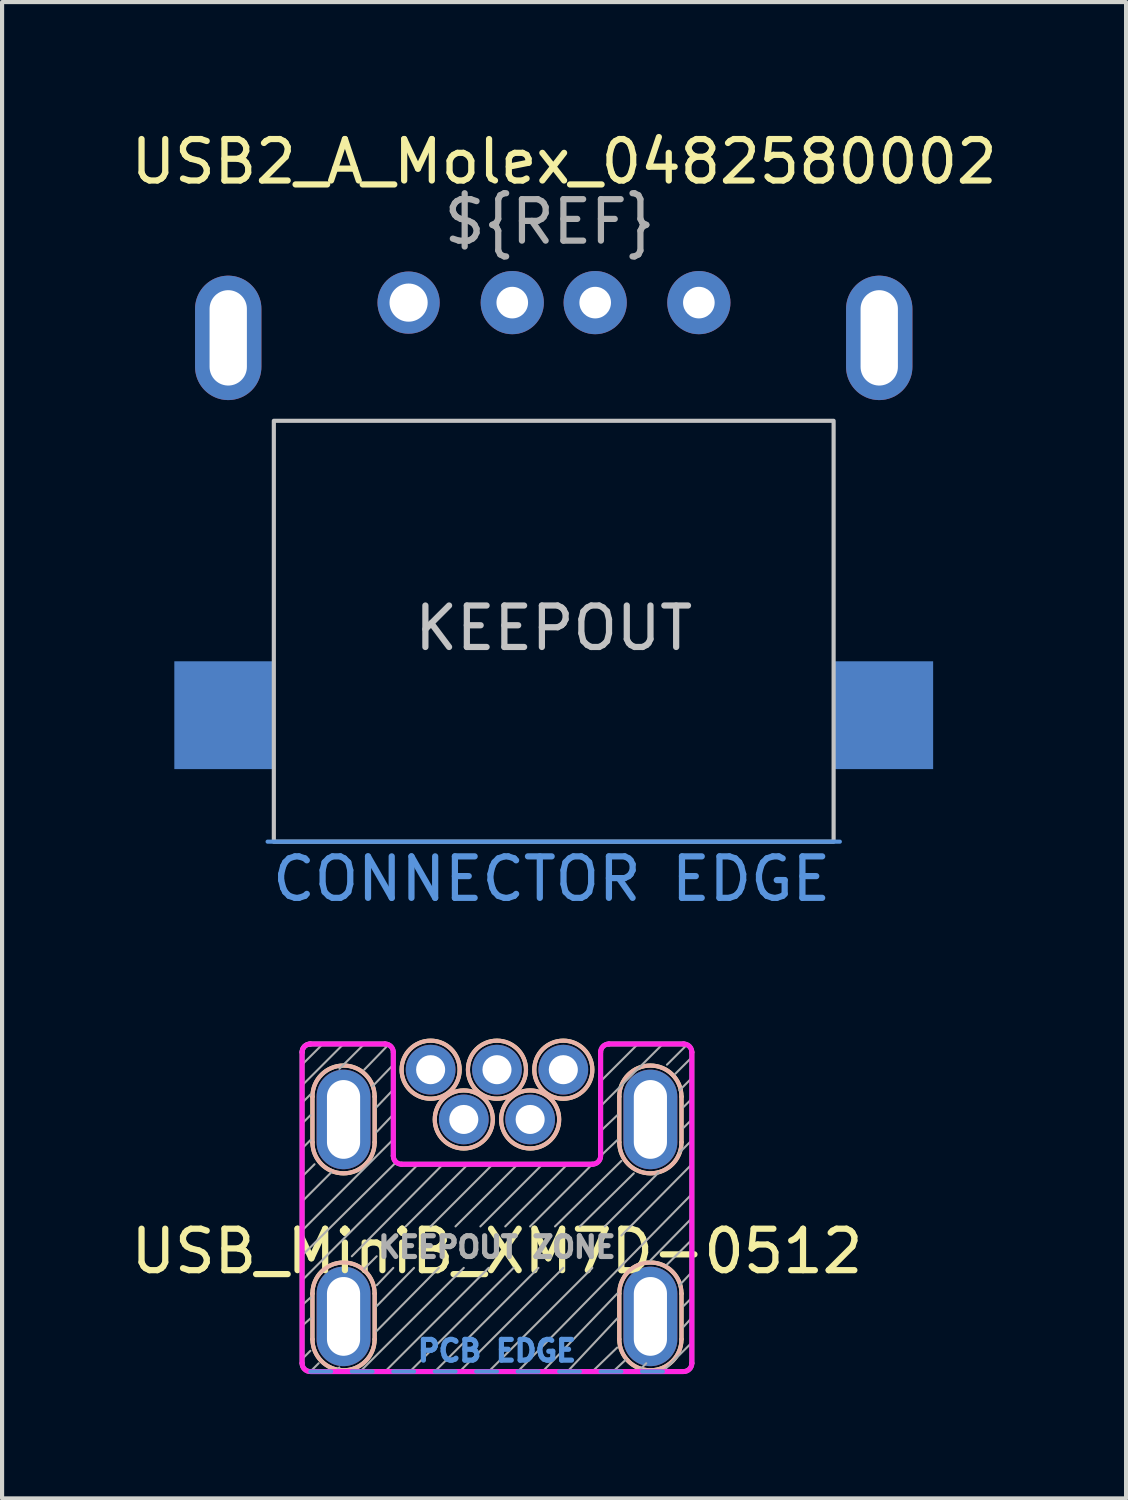
<source format=kicad_pcb>
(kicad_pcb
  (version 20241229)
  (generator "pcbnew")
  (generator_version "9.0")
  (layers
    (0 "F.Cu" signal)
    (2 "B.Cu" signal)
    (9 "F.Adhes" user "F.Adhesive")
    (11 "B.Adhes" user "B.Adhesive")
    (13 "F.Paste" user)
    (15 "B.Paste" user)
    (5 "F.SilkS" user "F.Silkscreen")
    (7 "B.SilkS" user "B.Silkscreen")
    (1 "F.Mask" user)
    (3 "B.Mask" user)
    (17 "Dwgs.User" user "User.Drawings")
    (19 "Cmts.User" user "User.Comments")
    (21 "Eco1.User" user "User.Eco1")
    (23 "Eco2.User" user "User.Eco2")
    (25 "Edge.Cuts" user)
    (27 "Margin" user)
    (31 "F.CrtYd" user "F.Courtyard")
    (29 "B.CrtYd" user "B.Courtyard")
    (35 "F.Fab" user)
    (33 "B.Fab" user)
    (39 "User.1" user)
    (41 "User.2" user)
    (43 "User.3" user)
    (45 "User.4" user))
  (footprint "USB2_A_Molex_0482580002"
    (layer "F.Cu")
    (at 10.304 5.098)
    (property "Reference" "USB2_A_Molex_0482580002" (at 0.25 -4.25 0) (unlocked yes) (layer "F.SilkS") (effects (font (size 1 1) (thickness 0.15))))
    (fp_rect (start -6.75 2) (end 6.75 12.15) (stroke (width 0.1) (type solid)) (fill no) (layer "Dwgs.User"))
    (fp_line (start -6.9 12.15) (end 6.9 12.15) (stroke (width 0.1) (type solid)) (layer "Cmts.User"))
    (fp_text user "KEEPOUT" (at 0 7 0) (unlocked yes) (layer "Dwgs.User") (effects (font (size 1 1) (thickness 0.15))))
    (fp_text user "CONNECTOR EDGE" (at -0.05 13.05 0) (unlocked yes) (layer "Cmts.User") (effects (font (size 1 1) (thickness 0.15))))
    (fp_text user "${REF}" (at -0.1 -2.8 0) (unlocked yes) (layer "F.Fab") (effects (font (size 1 1) (thickness 0.15))))
    (pad "1" thru_hole circle (at -3.5 -0.85) (size 1.5 1.5) (drill 0.92) (layers "*.Cu" "*.Mask"))
    (pad "2" thru_hole circle (at -1 -0.85) (size 1.524 1.524) (drill 0.762) (layers "*.Cu" "*.Mask"))
    (pad "3" thru_hole circle (at 1 -0.85) (size 1.524 1.524) (drill 0.762) (layers "*.Cu" "*.Mask"))
    (pad "4" thru_hole circle (at 3.5 -0.85) (size 1.524 1.524) (drill 0.762) (layers "*.Cu" "*.Mask"))
    (pad "5" smd rect (at -7.95 9.1) (size 2.4 2.6) (layers "B.Cu" "B.Mask" "B.Paste"))
    (pad "5" thru_hole oval (at -7.85 0) (size 1.6 3) (drill oval 0.9 2.3) (layers "*.Cu" "*.Mask"))
    (pad "5" thru_hole oval (at 7.85 0) (size 1.6 3) (drill oval 0.9 2.3) (layers "*.Cu" "*.Mask"))
    (pad "5" smd rect (at 7.95 9.1) (size 2.4 2.6) (layers "B.Cu" "B.Mask" "B.Paste"))
    (zone (net_name "") (layers "F.Cu" "B.Cu") (name "KEEPOUT") (hatch full 0.508) (connect_pads) (min_thickness 0.254) (filled_areas_thickness no) (keepout (tracks not_allowed) (vias not_allowed) (pads not_allowed) (copperpour not_allowed) (footprints not_allowed)) (placement (enabled no)) (fill) (polygon (pts (xy 17.054 17.248) (xy 3.554 17.248) (xy 3.554 7.098) (xy 17.054 7.098)))))
  (footprint "USB_MiniB_XM7D-0512"
    (layer "F.Cu")
    (at 8.935 23.947)
    (property "Reference" "USB_MiniB_XM7D-0512" (at 0 3.18 0) (layer "F.SilkS") (effects (font (size 1 1) (thickness 0.15))))
    (attr through_hole)
    (fp_line (start -4.45 0.55) (end -4.45 -0.55) (stroke (width 0.1) (type solid)) (layer "F.SilkS"))
    (fp_line (start -4.45 5.3) (end -4.45 4.2) (stroke (width 0.1) (type solid)) (layer "F.SilkS"))
    (fp_line (start -2.95 0.55) (end -2.95 -0.55) (stroke (width 0.1) (type solid)) (layer "F.SilkS"))
    (fp_line (start -2.95 5.3) (end -2.95 4.2) (stroke (width 0.1) (type solid)) (layer "F.SilkS"))
    (fp_line (start 2.95 0.55) (end 2.95 -0.55) (stroke (width 0.1) (type solid)) (layer "F.SilkS"))
    (fp_line (start 2.95 5.3) (end 2.95 4.2) (stroke (width 0.1) (type solid)) (layer "F.SilkS"))
    (fp_line (start 4.45 0.55) (end 4.45 -0.55) (stroke (width 0.1) (type solid)) (layer "F.SilkS"))
    (fp_line (start 4.45 5.3) (end 4.45 4.2) (stroke (width 0.1) (type solid)) (layer "F.SilkS"))
    (fp_arc (start -4.45 -0.55) (mid -3.7 -1.3) (end -2.95 -0.55) (stroke (width 0.1) (type solid)) (layer "F.SilkS"))
    (fp_arc (start -4.45 4.2) (mid -3.7 3.45) (end -2.95 4.2) (stroke (width 0.1) (type solid)) (layer "F.SilkS"))
    (fp_arc (start -2.95 0.55) (mid -3.7 1.3) (end -4.45 0.55) (stroke (width 0.1) (type solid)) (layer "F.SilkS"))
    (fp_arc (start -2.95 5.3) (mid -3.7 6.05) (end -4.45 5.3) (stroke (width 0.1) (type solid)) (layer "F.SilkS"))
    (fp_arc (start 2.95 -0.55) (mid 3.7 -1.3) (end 4.45 -0.55) (stroke (width 0.1) (type solid)) (layer "F.SilkS"))
    (fp_arc (start 2.95 4.2) (mid 3.7 3.45) (end 4.45 4.2) (stroke (width 0.1) (type solid)) (layer "F.SilkS"))
    (fp_arc (start 4.45 0.55) (mid 3.7 1.3) (end 2.95 0.55) (stroke (width 0.1) (type solid)) (layer "F.SilkS"))
    (fp_arc (start 4.45 5.3) (mid 3.7 6.05) (end 2.95 5.3) (stroke (width 0.1) (type solid)) (layer "F.SilkS"))
    (fp_circle (center -1.6 -1.2) (end -0.9 -1.2) (stroke (width 0.1) (type solid)) (fill no) (layer "F.SilkS"))
    (fp_circle (center -0.8 0) (end -0.1 0) (stroke (width 0.1) (type solid)) (fill no) (layer "F.SilkS"))
    (fp_circle (center 0 -1.2) (end 0.7 -1.2) (stroke (width 0.1) (type solid)) (fill no) (layer "F.SilkS"))
    (fp_circle (center 0.8 0) (end 1.5 0) (stroke (width 0.1) (type solid)) (fill no) (layer "F.SilkS"))
    (fp_circle (center 1.6 -1.2) (end 2.3 -1.2) (stroke (width 0.1) (type solid)) (fill no) (layer "F.SilkS"))
    (fp_line (start -4.45 0.55) (end -4.45 -0.55) (stroke (width 0.1) (type solid)) (layer "B.SilkS"))
    (fp_line (start -4.45 5.3) (end -4.45 4.2) (stroke (width 0.1) (type solid)) (layer "B.SilkS"))
    (fp_line (start -2.95 0.55) (end -2.95 -0.55) (stroke (width 0.1) (type solid)) (layer "B.SilkS"))
    (fp_line (start -2.95 5.3) (end -2.95 4.2) (stroke (width 0.1) (type solid)) (layer "B.SilkS"))
    (fp_line (start 2.95 0.55) (end 2.95 -0.55) (stroke (width 0.1) (type solid)) (layer "B.SilkS"))
    (fp_line (start 2.95 5.3) (end 2.95 4.2) (stroke (width 0.1) (type solid)) (layer "B.SilkS"))
    (fp_line (start 4.45 0.55) (end 4.45 -0.55) (stroke (width 0.1) (type solid)) (layer "B.SilkS"))
    (fp_line (start 4.45 5.3) (end 4.45 4.2) (stroke (width 0.1) (type solid)) (layer "B.SilkS"))
    (fp_arc (start -4.45 -0.55) (mid -3.7 -1.3) (end -2.95 -0.55) (stroke (width 0.1) (type solid)) (layer "B.SilkS"))
    (fp_arc (start -4.45 4.2) (mid -3.7 3.45) (end -2.95 4.2) (stroke (width 0.1) (type solid)) (layer "B.SilkS"))
    (fp_arc (start -2.95 0.55) (mid -3.7 1.3) (end -4.45 0.55) (stroke (width 0.1) (type solid)) (layer "B.SilkS"))
    (fp_arc (start -2.95 5.3) (mid -3.7 6.05) (end -4.45 5.3) (stroke (width 0.1) (type solid)) (layer "B.SilkS"))
    (fp_arc (start 2.95 -0.55) (mid 3.7 -1.3) (end 4.45 -0.55) (stroke (width 0.1) (type solid)) (layer "B.SilkS"))
    (fp_arc (start 2.95 4.2) (mid 3.7 3.45) (end 4.45 4.2) (stroke (width 0.1) (type solid)) (layer "B.SilkS"))
    (fp_arc (start 4.45 0.55) (mid 3.7 1.3) (end 2.95 0.55) (stroke (width 0.1) (type solid)) (layer "B.SilkS"))
    (fp_arc (start 4.45 5.3) (mid 3.7 6.05) (end 2.95 5.3) (stroke (width 0.1) (type solid)) (layer "B.SilkS"))
    (fp_circle (center -1.6 -1.2) (end -0.9 -1.2) (stroke (width 0.1) (type solid)) (fill no) (layer "B.SilkS"))
    (fp_circle (center -0.8 0) (end -0.1 0) (stroke (width 0.1) (type solid)) (fill no) (layer "B.SilkS"))
    (fp_circle (center 0 -1.2) (end 0.7 -1.2) (stroke (width 0.1) (type solid)) (fill no) (layer "B.SilkS"))
    (fp_circle (center 0.8 0) (end 1.5 0) (stroke (width 0.1) (type solid)) (fill no) (layer "B.SilkS"))
    (fp_circle (center 1.6 -1.2) (end 2.3 -1.2) (stroke (width 0.1) (type solid)) (fill no) (layer "B.SilkS"))
    (fp_line (start -4.5 6.08) (end -4 6.08) (stroke (width 0.1) (type solid)) (layer "Cmts.User"))
    (fp_line (start -3.5 6.08) (end -3 6.08) (stroke (width 0.1) (type solid)) (layer "Cmts.User"))
    (fp_line (start -2.5 6.08) (end -2 6.08) (stroke (width 0.1) (type solid)) (layer "Cmts.User"))
    (fp_line (start -1.5 6.08) (end -1 6.08) (stroke (width 0.1) (type solid)) (layer "Cmts.User"))
    (fp_line (start -0.5 6.08) (end 0 6.08) (stroke (width 0.1) (type solid)) (layer "Cmts.User"))
    (fp_line (start 0.5 6.08) (end 1 6.08) (stroke (width 0.1) (type solid)) (layer "Cmts.User"))
    (fp_line (start 1.5 6.08) (end 2 6.08) (stroke (width 0.1) (type solid)) (layer "Cmts.User"))
    (fp_line (start 2.5 6.08) (end 3 6.08) (stroke (width 0.1) (type solid)) (layer "Cmts.User"))
    (fp_line (start 3.5 6.08) (end 4 6.08) (stroke (width 0.1) (type solid)) (layer "Cmts.User"))
    (fp_line (start -4.7 5.88) (end -4.7 -1.62) (stroke (width 0.12) (type solid)) (layer "F.CrtYd"))
    (fp_line (start -4.5 -1.82) (end -2.7 -1.82) (stroke (width 0.12) (type solid)) (layer "F.CrtYd"))
    (fp_line (start -2.5 -1.62) (end -2.5 0.88) (stroke (width 0.12) (type solid)) (layer "F.CrtYd"))
    (fp_line (start -2.3 1.08) (end 2.3 1.08) (stroke (width 0.12) (type solid)) (layer "F.CrtYd"))
    (fp_line (start 2.5 0.88) (end 2.5 -1.62) (stroke (width 0.12) (type solid)) (layer "F.CrtYd"))
    (fp_line (start 2.7 -1.82) (end 4.5 -1.82) (stroke (width 0.12) (type solid)) (layer "F.CrtYd"))
    (fp_line (start 4.5 6.08) (end -4.5 6.08) (stroke (width 0.12) (type solid)) (layer "F.CrtYd"))
    (fp_line (start 4.7 -1.62) (end 4.7 5.88) (stroke (width 0.12) (type solid)) (layer "F.CrtYd"))
    (fp_arc (start -4.7 -1.62) (mid -4.641421 -1.761421) (end -4.5 -1.82) (stroke (width 0.12) (type solid)) (layer "F.CrtYd"))
    (fp_arc (start -4.5 6.08) (mid -4.641421 6.021421) (end -4.7 5.88) (stroke (width 0.12) (type solid)) (layer "F.CrtYd"))
    (fp_arc (start -2.7 -1.82) (mid -2.558579 -1.761421) (end -2.5 -1.62) (stroke (width 0.12) (type solid)) (layer "F.CrtYd"))
    (fp_arc (start -2.3 1.08) (mid -2.441421 1.021421) (end -2.5 0.88) (stroke (width 0.12) (type solid)) (layer "F.CrtYd"))
    (fp_arc (start 2.5 -1.62) (mid 2.558579 -1.761421) (end 2.7 -1.82) (stroke (width 0.12) (type solid)) (layer "F.CrtYd"))
    (fp_arc (start 2.5 0.88) (mid 2.441421 1.021421) (end 2.3 1.08) (stroke (width 0.12) (type solid)) (layer "F.CrtYd"))
    (fp_arc (start 4.5 -1.82) (mid 4.641421 -1.761421) (end 4.7 -1.62) (stroke (width 0.12) (type solid)) (layer "F.CrtYd"))
    (fp_arc (start 4.7 5.88) (mid 4.641421 6.021421) (end 4.5 6.08) (stroke (width 0.12) (type solid)) (layer "F.CrtYd"))
    (fp_line (start -4.7 -1.32) (end -4.2 -1.82) (stroke (width 0.05) (type solid)) (layer "F.Fab"))
    (fp_line (start -4.7 -0.82) (end -3.7 -1.82) (stroke (width 0.05) (type solid)) (layer "F.Fab"))
    (fp_line (start -4.7 -0.4) (end -4.5 -0.6) (stroke (width 0.05) (type solid)) (layer "F.Fab"))
    (fp_line (start -4.7 0.1) (end -4.5 -0.1) (stroke (width 0.05) (type solid)) (layer "F.Fab"))
    (fp_line (start -4.7 0.7) (end -4.5 0.5) (stroke (width 0.05) (type solid)) (layer "F.Fab"))
    (fp_line (start -4.7 1.38) (end -4.4 1.08) (stroke (width 0.05) (type solid)) (layer "F.Fab"))
    (fp_line (start -4.7 1.98) (end -4 1.28) (stroke (width 0.05) (type solid)) (layer "F.Fab"))
    (fp_line (start -4.7 2.68) (end -2.5 0.48) (stroke (width 0.05) (type solid)) (layer "F.Fab"))
    (fp_line (start -4.7 3.28) (end -2.45 1.05) (stroke (width 0.05) (type solid)) (layer "F.Fab"))
    (fp_line (start -4.7 3.88) (end -1.9 1.08) (stroke (width 0.05) (type solid)) (layer "F.Fab"))
    (fp_line (start -4.7 4.48) (end -4.5 4.3) (stroke (width 0.05) (type solid)) (layer "F.Fab"))
    (fp_line (start -4.7 4.98) (end -4.5 4.8) (stroke (width 0.05) (type solid)) (layer "F.Fab"))
    (fp_line (start -4.7 5.78) (end -4.5 5.58) (stroke (width 0.05) (type solid)) (layer "F.Fab"))
    (fp_line (start -4.7 5.88) (end -4.7 -1.62) (stroke (width 0.12) (type solid)) (layer "F.Fab"))
    (fp_line (start -4.5 -1.82) (end -2.7 -1.82) (stroke (width 0.12) (type solid)) (layer "F.Fab"))
    (fp_line (start -4.5 6.08) (end -4.3 5.88) (stroke (width 0.05) (type solid)) (layer "F.Fab"))
    (fp_line (start -3.9 6.08) (end -3.8 5.98) (stroke (width 0.05) (type solid)) (layer "F.Fab"))
    (fp_line (start -3.8 -1.22) (end -3.2 -1.82) (stroke (width 0.05) (type solid)) (layer "F.Fab"))
    (fp_line (start -3.5 3.3) (end -1.3 1.08) (stroke (width 0.05) (type solid)) (layer "F.Fab"))
    (fp_line (start -3.3 6.08) (end -0.8 3.58) (stroke (width 0.05) (type solid)) (layer "F.Fab"))
    (fp_line (start -3.2 -1.2) (end -2.6 -1.82) (stroke (width 0.05) (type solid)) (layer "F.Fab"))
    (fp_line (start -3.2 3.6) (end -2.9 3.3) (stroke (width 0.05) (type solid)) (layer "F.Fab"))
    (fp_line (start -3 -0.8) (end -2.5 -1.32) (stroke (width 0.05) (type solid)) (layer "F.Fab"))
    (fp_line (start -2.9 -0.3) (end -2.5 -0.72) (stroke (width 0.05) (type solid)) (layer "F.Fab"))
    (fp_line (start -2.9 0.3) (end -2.5 -0.12) (stroke (width 0.05) (type solid)) (layer "F.Fab"))
    (fp_line (start -2.9 4) (end -2.5 3.58) (stroke (width 0.05) (type solid)) (layer "F.Fab"))
    (fp_line (start -2.9 4.5) (end -2 3.58) (stroke (width 0.05) (type solid)) (layer "F.Fab"))
    (fp_line (start -2.9 5.1) (end -1.4 3.58) (stroke (width 0.05) (type solid)) (layer "F.Fab"))
    (fp_line (start -2.7 6.08) (end -0.2 3.58) (stroke (width 0.05) (type solid)) (layer "F.Fab"))
    (fp_line (start -2.5 -1.62) (end -2.5 0.88) (stroke (width 0.12) (type solid)) (layer "F.Fab"))
    (fp_line (start -2.3 1.08) (end 2.3 1.08) (stroke (width 0.12) (type solid)) (layer "F.Fab"))
    (fp_line (start -2.2 2.58) (end -0.7 1.08) (stroke (width 0.05) (type solid)) (layer "F.Fab"))
    (fp_line (start -2.1 6.08) (end 0.4 3.58) (stroke (width 0.05) (type solid)) (layer "F.Fab"))
    (fp_line (start -1.6 2.58) (end -0.1 1.08) (stroke (width 0.05) (type solid)) (layer "F.Fab"))
    (fp_line (start -1.5 6.08) (end 1 3.58) (stroke (width 0.05) (type solid)) (layer "F.Fab"))
    (fp_line (start -1 2.58) (end 0.5 1.08) (stroke (width 0.05) (type solid)) (layer "F.Fab"))
    (fp_line (start -0.9 6.08) (end 1.6 3.58) (stroke (width 0.05) (type solid)) (layer "F.Fab"))
    (fp_line (start -0.4 2.58) (end 1.1 1.08) (stroke (width 0.05) (type solid)) (layer "F.Fab"))
    (fp_line (start -0.2 6.08) (end 2.3 3.58) (stroke (width 0.05) (type solid)) (layer "F.Fab"))
    (fp_line (start 0.2 2.58) (end 1.7 1.08) (stroke (width 0.05) (type solid)) (layer "F.Fab"))
    (fp_line (start 0.5 6.08) (end 4.7 1.8) (stroke (width 0.05) (type solid)) (layer "F.Fab"))
    (fp_line (start 0.8 2.58) (end 2.3 1.08) (stroke (width 0.05) (type solid)) (layer "F.Fab"))
    (fp_line (start 1.1 6.08) (end 2.9 4.2) (stroke (width 0.05) (type solid)) (layer "F.Fab"))
    (fp_line (start 1.4 2.58) (end 3 1) (stroke (width 0.05) (type solid)) (layer "F.Fab"))
    (fp_line (start 1.7 6.08) (end 2.9 4.8) (stroke (width 0.05) (type solid)) (layer "F.Fab"))
    (fp_line (start 2 2.58) (end 3.3 1.3) (stroke (width 0.05) (type solid)) (layer "F.Fab"))
    (fp_line (start 2.3 6.08) (end 2.9 5.5) (stroke (width 0.05) (type solid)) (layer "F.Fab"))
    (fp_line (start 2.5 -0.92) (end 3.4 -1.82) (stroke (width 0.05) (type solid)) (layer "F.Fab"))
    (fp_line (start 2.5 -0.32) (end 4 -1.82) (stroke (width 0.05) (type solid)) (layer "F.Fab"))
    (fp_line (start 2.5 0.28) (end 2.9 -0.1) (stroke (width 0.05) (type solid)) (layer "F.Fab"))
    (fp_line (start 2.5 0.88) (end 2.5 -1.62) (stroke (width 0.12) (type solid)) (layer "F.Fab"))
    (fp_line (start 2.5 0.88) (end 2.9 0.5) (stroke (width 0.05) (type solid)) (layer "F.Fab"))
    (fp_line (start 2.6 2.58) (end 3.9 1.28) (stroke (width 0.05) (type solid)) (layer "F.Fab"))
    (fp_line (start 2.7 -1.82) (end 4.5 -1.82) (stroke (width 0.12) (type solid)) (layer "F.Fab"))
    (fp_line (start 2.8 6.08) (end 3.1 5.8) (stroke (width 0.05) (type solid)) (layer "F.Fab"))
    (fp_line (start 3 2.8) (end 4.7 1.08) (stroke (width 0.05) (type solid)) (layer "F.Fab"))
    (fp_line (start 3.4 6.08) (end 3.6 5.88) (stroke (width 0.05) (type solid)) (layer "F.Fab"))
    (fp_line (start 3.7 3.4) (end 4.7 2.38) (stroke (width 0.05) (type solid)) (layer "F.Fab"))
    (fp_line (start 4 6.08) (end 4.7 5.38) (stroke (width 0.05) (type solid)) (layer "F.Fab"))
    (fp_line (start 4.1 -1.32) (end 4.6 -1.82) (stroke (width 0.05) (type solid)) (layer "F.Fab"))
    (fp_line (start 4.1 3.5) (end 4.7 2.9) (stroke (width 0.05) (type solid)) (layer "F.Fab"))
    (fp_line (start 4.3 -1.1) (end 4.7 -1.5) (stroke (width 0.05) (type solid)) (layer "F.Fab"))
    (fp_line (start 4.4 -0.7) (end 4.7 -1) (stroke (width 0.05) (type solid)) (layer "F.Fab"))
    (fp_line (start 4.4 0.8) (end 4.7 0.5) (stroke (width 0.05) (type solid)) (layer "F.Fab"))
    (fp_line (start 4.4 4) (end 4.7 3.68) (stroke (width 0.05) (type solid)) (layer "F.Fab"))
    (fp_line (start 4.5 -0.3) (end 4.7 -0.5) (stroke (width 0.05) (type solid)) (layer "F.Fab"))
    (fp_line (start 4.5 0.2) (end 4.7 0) (stroke (width 0.05) (type solid)) (layer "F.Fab"))
    (fp_line (start 4.5 4.5) (end 4.7 4.3) (stroke (width 0.05) (type solid)) (layer "F.Fab"))
    (fp_line (start 4.5 5) (end 4.7 4.78) (stroke (width 0.05) (type solid)) (layer "F.Fab"))
    (fp_line (start 4.5 6.08) (end -4.5 6.08) (stroke (width 0.12) (type solid)) (layer "F.Fab"))
    (fp_line (start 4.7 -1.62) (end 4.7 5.88) (stroke (width 0.12) (type solid)) (layer "F.Fab"))
    (fp_arc (start -4.7 -1.62) (mid -4.641421 -1.761421) (end -4.5 -1.82) (stroke (width 0.12) (type solid)) (layer "F.Fab"))
    (fp_arc (start -4.7 -1.62) (mid -4.641421 -1.761421) (end -4.5 -1.82) (stroke (width 0.12) (type solid)) (layer "F.Fab"))
    (fp_arc (start -4.5 6.08) (mid -4.641421 6.021421) (end -4.7 5.88) (stroke (width 0.12) (type solid)) (layer "F.Fab"))
    (fp_arc (start -2.7 -1.82) (mid -2.558579 -1.761421) (end -2.5 -1.62) (stroke (width 0.12) (type solid)) (layer "F.Fab"))
    (fp_arc (start -2.3 1.08) (mid -2.441421 1.021421) (end -2.5 0.88) (stroke (width 0.12) (type solid)) (layer "F.Fab"))
    (fp_arc (start 2.5 -1.62) (mid 2.558579 -1.761421) (end 2.7 -1.82) (stroke (width 0.12) (type solid)) (layer "F.Fab"))
    (fp_arc (start 2.5 0.88) (mid 2.441421 1.021421) (end 2.3 1.08) (stroke (width 0.12) (type solid)) (layer "F.Fab"))
    (fp_arc (start 4.5 -1.82) (mid 4.641421 -1.761421) (end 4.7 -1.62) (stroke (width 0.12) (type solid)) (layer "F.Fab"))
    (fp_arc (start 4.7 5.88) (mid 4.641421 6.021421) (end 4.5 6.08) (stroke (width 0.12) (type solid)) (layer "F.Fab"))
    (fp_text user "PCB EDGE" (at 0 5.58 0) (layer "Cmts.User") (effects (font (size 0.5 0.5) (thickness 0.125))))
    (fp_text user "KEEPOUT ZONE" (at 0 3.08 0) (layer "F.Fab") (effects (font (size 0.5 0.5) (thickness 0.125))))
    (pad "1" thru_hole circle (at -1.6 -1.2) (size 1.2 1.2) (drill 0.7) (layers "*.Cu" "*.Mask"))
    (pad "2" thru_hole circle (at -0.8 0) (size 1.2 1.2) (drill 0.7) (layers "*.Cu" "*.Mask"))
    (pad "3" thru_hole circle (at 0 -1.2) (size 1.2 1.2) (drill 0.7) (layers "*.Cu" "*.Mask"))
    (pad "4" thru_hole circle (at 0.8 0) (size 1.2 1.2) (drill 0.7) (layers "*.Cu" "*.Mask"))
    (pad "5" thru_hole circle (at 1.6 -1.2) (size 1.2 1.2) (drill 0.7) (layers "*.Cu" "*.Mask"))
    (pad "6" thru_hole oval (at -3.7 0) (size 1.3 2.4) (drill oval 0.8 1.9) (layers "*.Cu" "*.Mask"))
    (pad "6" thru_hole oval (at -3.7 4.75) (size 1.3 2.4) (drill oval 0.8 1.9) (layers "*.Cu" "*.Mask"))
    (pad "6" thru_hole oval (at 3.7 0) (size 1.3 2.4) (drill oval 0.8 1.9) (layers "*.Cu" "*.Mask"))
    (pad "6" thru_hole oval (at 3.7 4.75) (size 1.3 2.4) (drill oval 0.8 1.9) (layers "*.Cu" "*.Mask")))
  (gr_rect
    (start -3 -3)
    (end 24.107 33.087)
    (stroke (width 0.1) (type default))
    (fill no)
    (layer "Edge.Cuts")))
</source>
